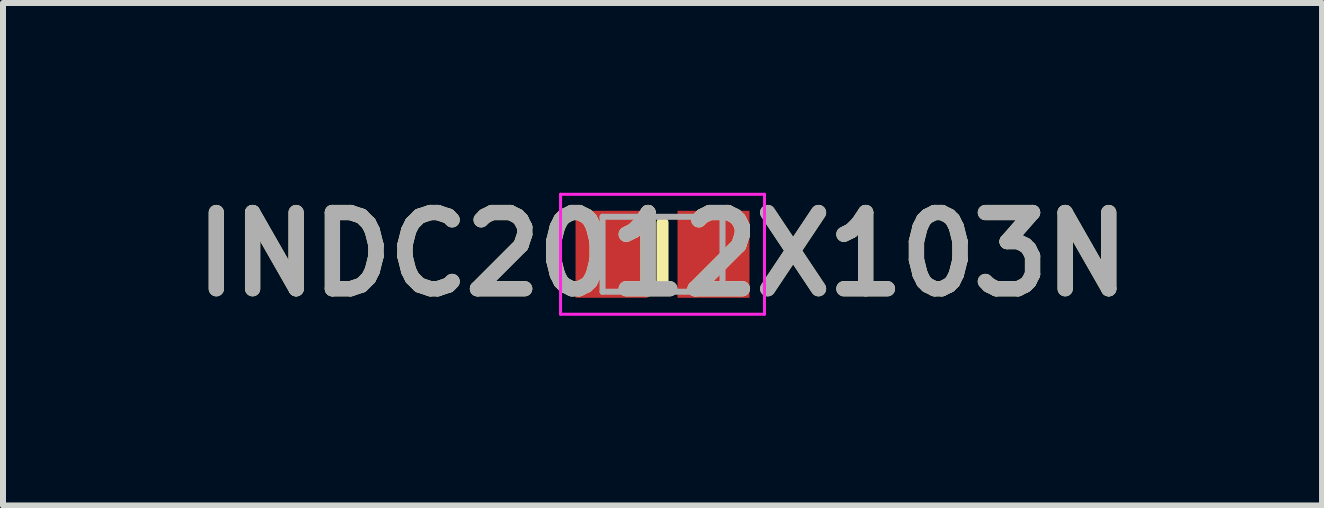
<source format=kicad_pcb>
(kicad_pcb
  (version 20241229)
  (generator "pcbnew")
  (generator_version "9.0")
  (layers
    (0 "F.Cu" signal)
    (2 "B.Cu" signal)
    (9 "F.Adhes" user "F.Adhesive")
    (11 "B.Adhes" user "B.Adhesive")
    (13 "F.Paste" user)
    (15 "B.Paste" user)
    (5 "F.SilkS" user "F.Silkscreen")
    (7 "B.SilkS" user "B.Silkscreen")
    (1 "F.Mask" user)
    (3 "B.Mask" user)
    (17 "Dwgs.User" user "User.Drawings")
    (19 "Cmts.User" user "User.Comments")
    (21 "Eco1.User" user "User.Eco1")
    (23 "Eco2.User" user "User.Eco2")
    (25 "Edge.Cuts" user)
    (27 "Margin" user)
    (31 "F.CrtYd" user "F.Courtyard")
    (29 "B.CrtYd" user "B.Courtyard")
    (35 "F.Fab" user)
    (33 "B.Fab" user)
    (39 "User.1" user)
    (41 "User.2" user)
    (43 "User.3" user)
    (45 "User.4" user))
  (footprint "INDC2012X103N"
    (layer "F.Cu")
    (at 7.995 1.189)
    (property "Reference" "INDC2012X103N" (at 0 0 0) (layer "F.SilkS") (effects (font (size 1.27 1.27) (thickness 0.254))))
    (attr smd)
    (fp_line (start 0 -0.525) (end 0 0.525) (stroke (width 0.2) (type solid)) (layer "F.SilkS"))
    (fp_line (start -1.7 -1) (end 1.7 -1) (stroke (width 0.05) (type solid)) (layer "F.CrtYd"))
    (fp_line (start -1.7 1) (end -1.7 -1) (stroke (width 0.05) (type solid)) (layer "F.CrtYd"))
    (fp_line (start 1.7 -1) (end 1.7 1) (stroke (width 0.05) (type solid)) (layer "F.CrtYd"))
    (fp_line (start 1.7 1) (end -1.7 1) (stroke (width 0.05) (type solid)) (layer "F.CrtYd"))
    (fp_line (start -1 -0.625) (end 1 -0.625) (stroke (width 0.1) (type solid)) (layer "F.Fab"))
    (fp_line (start -1 0.625) (end -1 -0.625) (stroke (width 0.1) (type solid)) (layer "F.Fab"))
    (fp_line (start 1 -0.625) (end 1 0.625) (stroke (width 0.1) (type solid)) (layer "F.Fab"))
    (fp_line (start 1 0.625) (end -1 0.625) (stroke (width 0.1) (type solid)) (layer "F.Fab"))
    (fp_text user "${REFERENCE}" (at 0 0 0) (layer "F.Fab") (effects (font (size 1.27 1.27) (thickness 0.254))))
    (pad "1" smd rect (at -0.85 0) (size 1.2 1.45) (layers "F.Cu" "F.Mask" "F.Paste"))
    (pad "2" smd rect (at 0.85 0) (size 1.2 1.45) (layers "F.Cu" "F.Mask" "F.Paste")))
  (gr_rect
    (start -3 -3)
    (end 18.99 5.377)
    (stroke (width 0.1) (type default))
    (fill no)
    (layer "Edge.Cuts")))
</source>
